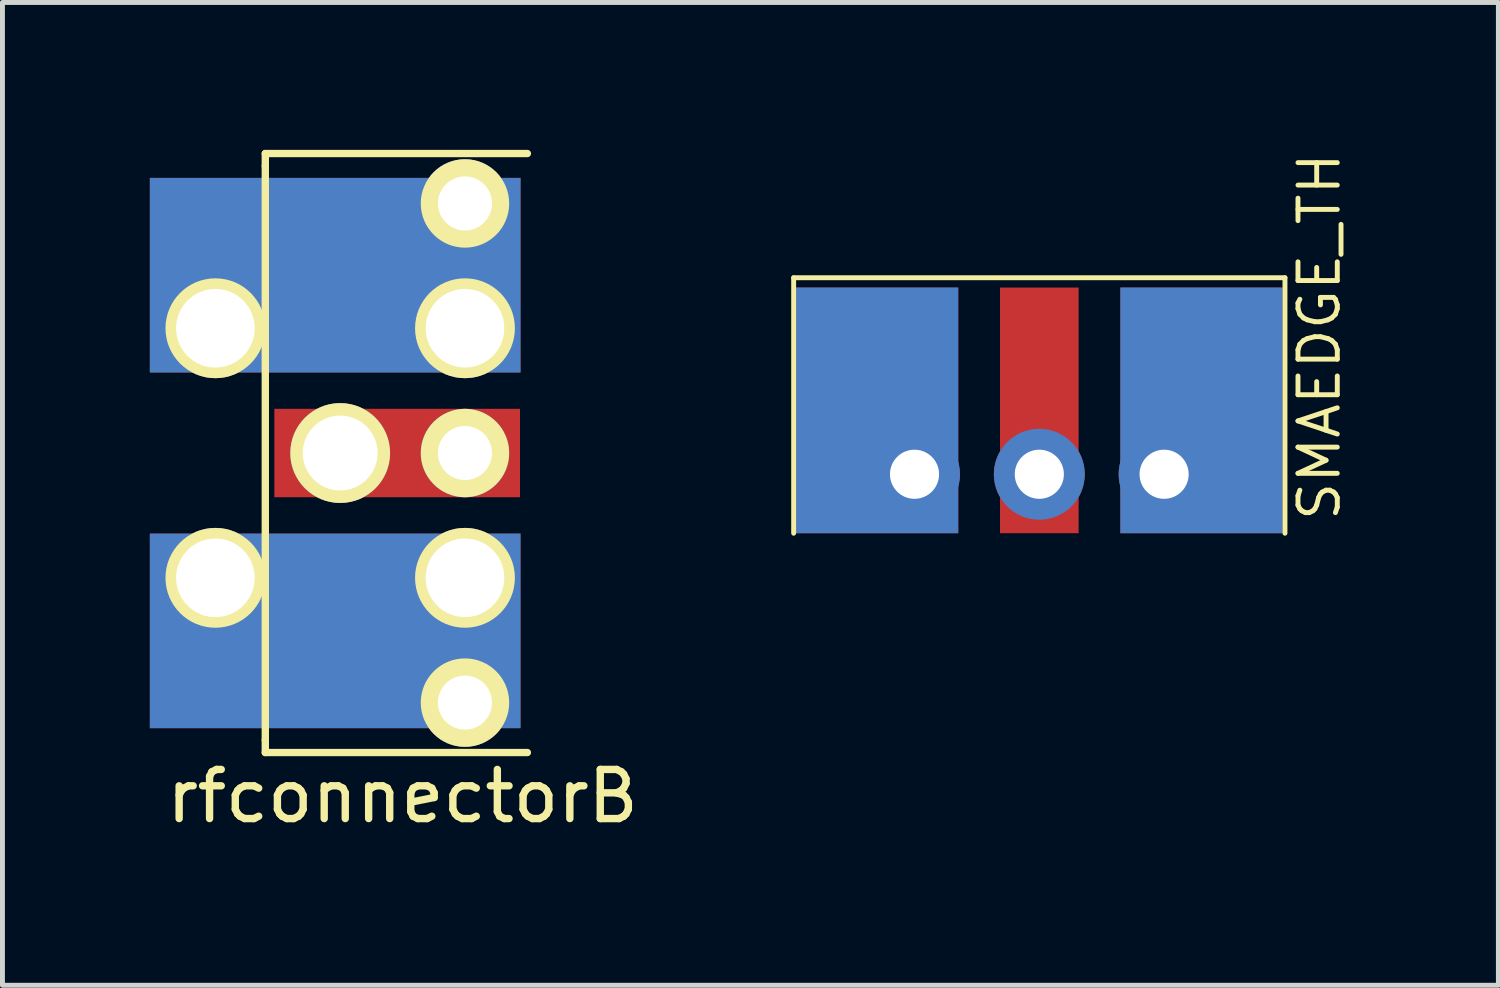
<source format=kicad_pcb>
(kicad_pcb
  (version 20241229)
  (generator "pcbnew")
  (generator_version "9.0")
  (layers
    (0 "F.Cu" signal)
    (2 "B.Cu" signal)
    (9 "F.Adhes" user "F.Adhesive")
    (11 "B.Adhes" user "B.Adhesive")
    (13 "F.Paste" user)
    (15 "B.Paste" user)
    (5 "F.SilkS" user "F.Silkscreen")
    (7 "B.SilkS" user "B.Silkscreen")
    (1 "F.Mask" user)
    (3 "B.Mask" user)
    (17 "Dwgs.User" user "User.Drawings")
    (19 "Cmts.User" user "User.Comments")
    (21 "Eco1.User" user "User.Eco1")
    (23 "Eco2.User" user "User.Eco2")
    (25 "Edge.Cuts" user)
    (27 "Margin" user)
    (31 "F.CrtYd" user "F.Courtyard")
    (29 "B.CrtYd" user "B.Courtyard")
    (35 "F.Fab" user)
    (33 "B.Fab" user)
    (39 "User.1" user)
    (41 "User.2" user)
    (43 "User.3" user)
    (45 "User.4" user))
  (footprint "SMAEDGE_TH"
    (layer "F.Cu")
    (at 18.104 8.003)
    (property "Reference" "SMAEDGE_TH" (at 5.7 -4.2 90) (layer "F.SilkS") (effects (font (size 0.8 0.8) (thickness 0.1))))
    (attr through_hole)
    (fp_line (start -5 -5.4) (end 5 -5.4) (stroke (width 0.1) (type solid)) (layer "F.SilkS"))
    (fp_line (start -5 -0.2) (end -5 -5.4) (stroke (width 0.1) (type solid)) (layer "F.SilkS"))
    (fp_line (start 5 -5.4) (end 5 -0.2) (stroke (width 0.1) (type solid)) (layer "F.SilkS"))
    (pad "1" smd rect (at 0 -2.7) (size 1.6 5) (layers "F.Cu" "F.Mask" "F.Paste"))
    (pad "1" thru_hole circle (at 0 -1.4) (size 1.85 1.85) (drill 1) (layers "*.Cu" "*.Mask"))
    (pad "2" smd rect (at -3.3 -2.7) (size 3.3 5) (layers "F.Cu" "F.Mask" "F.Paste"))
    (pad "2" smd rect (at -3.3 -2.7) (size 3.3 5) (layers "B.Cu" "B.Mask" "B.Paste"))
    (pad "2" thru_hole circle (at -2.54 -1.4) (size 1.85 1.85) (drill 1) (layers "*.Cu" "*.Mask"))
    (pad "2" thru_hole circle (at 2.54 -1.4) (size 1.85 1.85) (drill 1) (layers "*.Cu" "*.Mask"))
    (pad "2" smd rect (at 3.3 -2.7) (size 3.3 5) (layers "F.Cu" "F.Mask" "F.Paste"))
    (pad "2" smd rect (at 3.3 -2.7) (size 3.3 5) (layers "*.Paste" "B.Cu" "B.Mask")))
  (footprint "rfconnectorB"
    (layer "F.Cu")
    (at 7.684 6.171)
    (property "Reference" "rfconnectorB" (at -2.54 6.985 0) (layer "F.SilkS") (effects (font (size 1 1) (thickness 0.15))))
    (attr through_hole)
    (fp_line (start -5.334 -6.096) (end 0 -6.096) (stroke (width 0.15) (type solid)) (layer "F.SilkS"))
    (fp_line (start -5.334 -5.842) (end -5.334 -6.096) (stroke (width 0.15) (type solid)) (layer "F.SilkS"))
    (fp_line (start -5.334 -5.842) (end -5.334 5.842) (stroke (width 0.15) (type solid)) (layer "F.SilkS"))
    (fp_line (start -5.334 5.842) (end -5.334 6.096) (stroke (width 0.15) (type solid)) (layer "F.SilkS"))
    (fp_line (start -5.334 6.096) (end 0 6.096) (stroke (width 0.15) (type solid)) (layer "F.SilkS"))
    (pad "1" thru_hole circle (at -3.81 0) (size 2.032 2.032) (drill 1.524) (layers "*.Cu" "*.Mask" "F.SilkS"))
    (pad "1" smd rect (at -2.65 0) (size 5 1.8) (layers "F.Cu" "F.Mask" "F.Paste"))
    (pad "1" thru_hole circle (at -1.27 0) (size 1.8 1.8) (drill 1.1) (layers "*.Cu" "*.Mask" "F.SilkS"))
    (pad "2" thru_hole circle (at -6.35 -2.54) (size 2.032 2.032) (drill 1.6) (layers "*.Cu" "*.Mask" "F.SilkS"))
    (pad "2" thru_hole circle (at -6.35 2.54) (size 2.032 2.032) (drill 1.6) (layers "*.Cu" "*.Mask" "F.SilkS"))
    (pad "2" smd rect (at -3.912 -3.62) (size 7.544 3.96) (layers "F.Cu" "F.Mask" "F.Paste"))
    (pad "2" smd rect (at -3.912 -3.62) (size 7.544 3.96) (layers "B.Cu" "B.Mask" "B.Paste"))
    (pad "2" smd rect (at -3.912 3.62) (size 7.544 3.96) (layers "F.Cu" "F.Mask" "F.Paste"))
    (pad "2" smd rect (at -3.912 3.62) (size 7.544 3.96) (layers "B.Cu" "B.Mask" "B.Paste"))
    (pad "2" thru_hole circle (at -1.27 -5.08) (size 1.8 1.8) (drill 1.1) (layers "*.Cu" "*.Mask" "F.SilkS"))
    (pad "2" thru_hole circle (at -1.27 -2.54) (size 2.032 2.032) (drill 1.6) (layers "*.Cu" "*.Mask" "F.SilkS"))
    (pad "2" thru_hole circle (at -1.27 2.54) (size 2.032 2.032) (drill 1.6) (layers "*.Cu" "*.Mask" "F.SilkS"))
    (pad "2" thru_hole circle (at -1.27 5.08) (size 1.8 1.8) (drill 1.1) (layers "*.Cu" "*.Mask" "F.SilkS")))
  (gr_rect
    (start -3 -3)
    (end 27.448 17.004)
    (stroke (width 0.1) (type default))
    (fill no)
    (layer "Edge.Cuts")))
</source>
